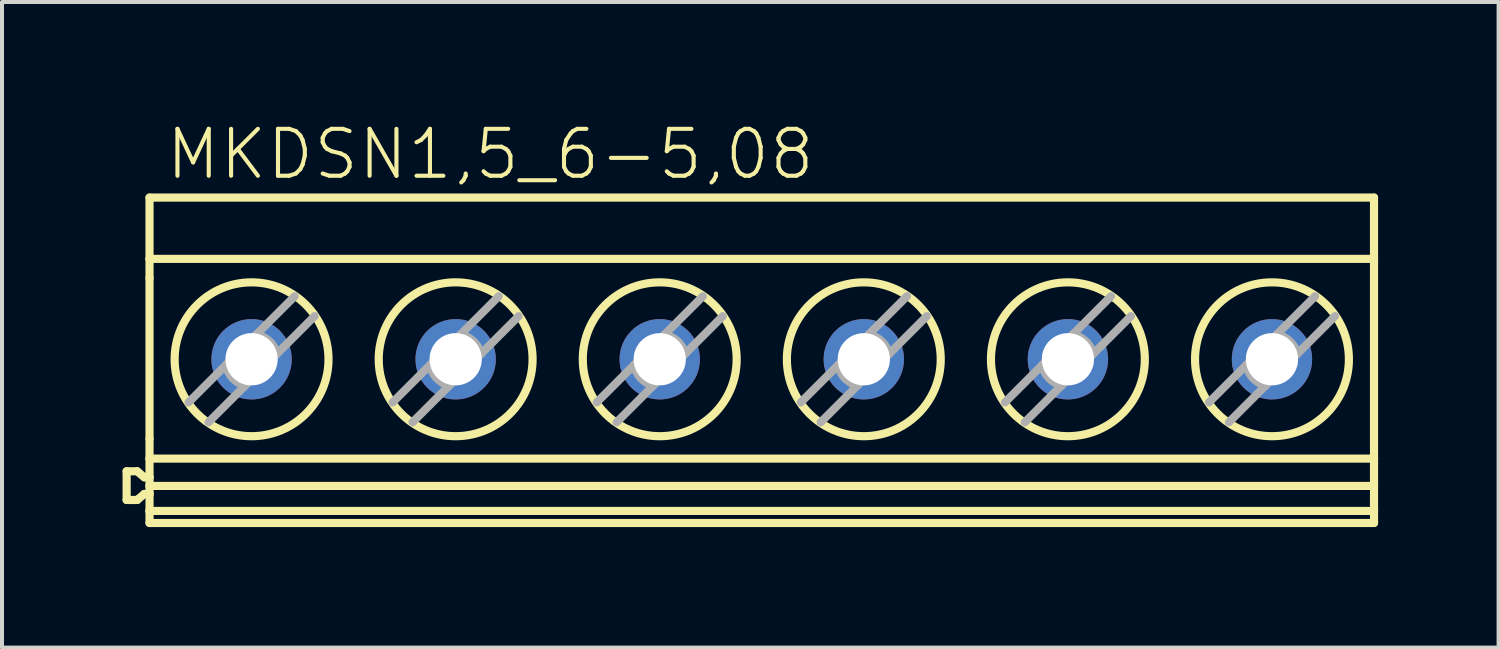
<source format=kicad_pcb>
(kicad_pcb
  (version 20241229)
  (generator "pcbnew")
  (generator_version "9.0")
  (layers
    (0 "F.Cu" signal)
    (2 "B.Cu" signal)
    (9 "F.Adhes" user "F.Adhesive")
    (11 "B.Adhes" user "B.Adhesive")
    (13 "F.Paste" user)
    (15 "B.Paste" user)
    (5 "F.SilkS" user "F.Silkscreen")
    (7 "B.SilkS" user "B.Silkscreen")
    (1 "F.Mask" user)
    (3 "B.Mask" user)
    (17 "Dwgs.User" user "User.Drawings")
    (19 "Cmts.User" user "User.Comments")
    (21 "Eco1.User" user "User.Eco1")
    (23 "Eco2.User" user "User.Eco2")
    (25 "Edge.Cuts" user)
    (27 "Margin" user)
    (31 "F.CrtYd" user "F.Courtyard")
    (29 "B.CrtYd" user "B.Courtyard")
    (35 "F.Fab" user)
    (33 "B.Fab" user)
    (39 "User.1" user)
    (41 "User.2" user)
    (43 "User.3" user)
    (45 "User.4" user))
  (footprint "MKDSN1,5_6-5,08"
    (layer "F.Cu")
    (at 15.912 5.918)
    (property "Reference" "MKDSN1,5_6-5,08" (at -14.89 -4.445 0) (layer "F.SilkS") (effects (font (size 1.168 1.168) (thickness 0.102)) (justify left bottom)))
    (fp_line (start -15.81 2.763) (end -15.81 3.477) (stroke (width 0.203) (type solid)) (layer "F.SilkS"))
    (fp_line (start -15.81 2.763) (end -15.547 2.763) (stroke (width 0.203) (type solid)) (layer "F.SilkS"))
    (fp_line (start -15.81 3.477) (end -15.547 3.477) (stroke (width 0.203) (type solid)) (layer "F.SilkS"))
    (fp_line (start -15.547 2.763) (end -15.369 2.913) (stroke (width 0.203) (type solid)) (layer "F.SilkS"))
    (fp_line (start -15.369 2.913) (end -15.24 2.913) (stroke (width 0.203) (type solid)) (layer "F.SilkS"))
    (fp_line (start -15.369 3.327) (end -15.547 3.477) (stroke (width 0.203) (type solid)) (layer "F.SilkS"))
    (fp_line (start -15.24 -4.05) (end 15.24 -4.05) (stroke (width 0.203) (type solid)) (layer "F.SilkS"))
    (fp_line (start -15.24 -2.524) (end -15.24 -4.05) (stroke (width 0.203) (type solid)) (layer "F.SilkS"))
    (fp_line (start -15.24 -2.524) (end -15.24 -2.041) (stroke (width 0.203) (type solid)) (layer "F.SilkS"))
    (fp_line (start -15.24 -2.524) (end 15.24 -2.524) (stroke (width 0.203) (type solid)) (layer "F.SilkS"))
    (fp_line (start -15.24 1.956) (end -15.24 -2.041) (stroke (width 0.203) (type solid)) (layer "F.SilkS"))
    (fp_line (start -15.24 1.956) (end -15.24 2.448) (stroke (width 0.203) (type solid)) (layer "F.SilkS"))
    (fp_line (start -15.24 2.913) (end -15.24 2.448) (stroke (width 0.203) (type solid)) (layer "F.SilkS"))
    (fp_line (start -15.24 3.128) (end -15.24 2.913) (stroke (width 0.203) (type solid)) (layer "F.SilkS"))
    (fp_line (start -15.24 3.128) (end 15.24 3.128) (stroke (width 0.203) (type solid)) (layer "F.SilkS"))
    (fp_line (start -15.24 3.327) (end -15.369 3.327) (stroke (width 0.203) (type solid)) (layer "F.SilkS"))
    (fp_line (start -15.24 3.327) (end -15.24 3.128) (stroke (width 0.203) (type solid)) (layer "F.SilkS"))
    (fp_line (start -15.24 3.75) (end -15.24 3.327) (stroke (width 0.203) (type solid)) (layer "F.SilkS"))
    (fp_line (start -15.24 3.75) (end -15.24 4.05) (stroke (width 0.203) (type solid)) (layer "F.SilkS"))
    (fp_line (start -15.24 4.05) (end 15.24 4.05) (stroke (width 0.203) (type solid)) (layer "F.SilkS"))
    (fp_line (start 15.24 -2.524) (end 15.24 -4.05) (stroke (width 0.203) (type solid)) (layer "F.SilkS"))
    (fp_line (start 15.24 -2.524) (end 15.24 -2.041) (stroke (width 0.203) (type solid)) (layer "F.SilkS"))
    (fp_line (start 15.24 1.956) (end 15.24 -2.041) (stroke (width 0.203) (type solid)) (layer "F.SilkS"))
    (fp_line (start 15.24 1.956) (end 15.24 2.448) (stroke (width 0.203) (type solid)) (layer "F.SilkS"))
    (fp_line (start 15.24 2.448) (end -15.24 2.448) (stroke (width 0.203) (type solid)) (layer "F.SilkS"))
    (fp_line (start 15.24 3.128) (end 15.24 2.448) (stroke (width 0.203) (type solid)) (layer "F.SilkS"))
    (fp_line (start 15.24 3.75) (end -15.24 3.75) (stroke (width 0.203) (type solid)) (layer "F.SilkS"))
    (fp_line (start 15.24 3.75) (end 15.24 3.128) (stroke (width 0.203) (type solid)) (layer "F.SilkS"))
    (fp_line (start 15.24 3.75) (end 15.24 4.05) (stroke (width 0.203) (type solid)) (layer "F.SilkS"))
    (fp_circle (center -12.7 -0.025) (end -10.785 -0.025) (stroke (width 0.203) (type solid)) (fill no) (layer "F.SilkS"))
    (fp_circle (center -7.62 -0.025) (end -5.705 -0.025) (stroke (width 0.203) (type solid)) (fill no) (layer "F.SilkS"))
    (fp_circle (center -2.54 -0.025) (end -0.625 -0.025) (stroke (width 0.203) (type solid)) (fill no) (layer "F.SilkS"))
    (fp_circle (center 2.54 -0.025) (end 4.455 -0.025) (stroke (width 0.203) (type solid)) (fill no) (layer "F.SilkS"))
    (fp_circle (center 7.62 -0.025) (end 9.535 -0.025) (stroke (width 0.203) (type solid)) (fill no) (layer "F.SilkS"))
    (fp_circle (center 12.7 -0.025) (end 14.615 -0.025) (stroke (width 0.203) (type solid)) (fill no) (layer "F.SilkS"))
    (fp_line (start -14.268 1.048) (end -13.339 0.119) (stroke (width 0.203) (type solid)) (layer "F.Fab"))
    (fp_line (start -13.339 0.119) (end -12.7 -0.52) (stroke (width 0.203) (type solid)) (layer "F.Fab"))
    (fp_line (start -12.86 0.63) (end -13.773 1.543) (stroke (width 0.203) (type solid)) (layer "F.Fab"))
    (fp_line (start -12.7 -0.52) (end -12.581 -0.639) (stroke (width 0.203) (type solid)) (layer "F.Fab"))
    (fp_line (start -12.7 0.47) (end -12.86 0.63) (stroke (width 0.203) (type solid)) (layer "F.Fab"))
    (fp_line (start -12.581 -0.639) (end -11.627 -1.593) (stroke (width 0.203) (type solid)) (layer "F.Fab"))
    (fp_line (start -12.07 -0.16) (end -12.7 0.47) (stroke (width 0.203) (type solid)) (layer "F.Fab"))
    (fp_line (start -11.132 -1.098) (end -12.07 -0.16) (stroke (width 0.203) (type solid)) (layer "F.Fab"))
    (fp_line (start -9.188 1.048) (end -8.259 0.119) (stroke (width 0.203) (type solid)) (layer "F.Fab"))
    (fp_line (start -8.259 0.119) (end -7.62 -0.52) (stroke (width 0.203) (type solid)) (layer "F.Fab"))
    (fp_line (start -7.78 0.63) (end -8.693 1.543) (stroke (width 0.203) (type solid)) (layer "F.Fab"))
    (fp_line (start -7.62 -0.52) (end -7.501 -0.639) (stroke (width 0.203) (type solid)) (layer "F.Fab"))
    (fp_line (start -7.62 0.47) (end -7.78 0.63) (stroke (width 0.203) (type solid)) (layer "F.Fab"))
    (fp_line (start -7.501 -0.639) (end -6.547 -1.593) (stroke (width 0.203) (type solid)) (layer "F.Fab"))
    (fp_line (start -6.99 -0.16) (end -7.62 0.47) (stroke (width 0.203) (type solid)) (layer "F.Fab"))
    (fp_line (start -6.052 -1.098) (end -6.99 -0.16) (stroke (width 0.203) (type solid)) (layer "F.Fab"))
    (fp_line (start -4.108 1.048) (end -3.179 0.119) (stroke (width 0.203) (type solid)) (layer "F.Fab"))
    (fp_line (start -3.179 0.119) (end -2.54 -0.52) (stroke (width 0.203) (type solid)) (layer "F.Fab"))
    (fp_line (start -2.7 0.63) (end -3.613 1.543) (stroke (width 0.203) (type solid)) (layer "F.Fab"))
    (fp_line (start -2.54 -0.52) (end -2.421 -0.639) (stroke (width 0.203) (type solid)) (layer "F.Fab"))
    (fp_line (start -2.54 0.47) (end -2.7 0.63) (stroke (width 0.203) (type solid)) (layer "F.Fab"))
    (fp_line (start -2.421 -0.639) (end -1.467 -1.593) (stroke (width 0.203) (type solid)) (layer "F.Fab"))
    (fp_line (start -1.91 -0.16) (end -2.54 0.47) (stroke (width 0.203) (type solid)) (layer "F.Fab"))
    (fp_line (start -0.972 -1.098) (end -1.91 -0.16) (stroke (width 0.203) (type solid)) (layer "F.Fab"))
    (fp_line (start 0.972 1.048) (end 1.901 0.119) (stroke (width 0.203) (type solid)) (layer "F.Fab"))
    (fp_line (start 1.901 0.119) (end 2.54 -0.52) (stroke (width 0.203) (type solid)) (layer "F.Fab"))
    (fp_line (start 2.38 0.63) (end 1.467 1.543) (stroke (width 0.203) (type solid)) (layer "F.Fab"))
    (fp_line (start 2.54 -0.52) (end 2.659 -0.639) (stroke (width 0.203) (type solid)) (layer "F.Fab"))
    (fp_line (start 2.54 0.47) (end 2.38 0.63) (stroke (width 0.203) (type solid)) (layer "F.Fab"))
    (fp_line (start 2.659 -0.639) (end 3.613 -1.593) (stroke (width 0.203) (type solid)) (layer "F.Fab"))
    (fp_line (start 3.17 -0.16) (end 2.54 0.47) (stroke (width 0.203) (type solid)) (layer "F.Fab"))
    (fp_line (start 4.108 -1.098) (end 3.17 -0.16) (stroke (width 0.203) (type solid)) (layer "F.Fab"))
    (fp_line (start 6.052 1.048) (end 6.981 0.119) (stroke (width 0.203) (type solid)) (layer "F.Fab"))
    (fp_line (start 6.981 0.119) (end 7.62 -0.52) (stroke (width 0.203) (type solid)) (layer "F.Fab"))
    (fp_line (start 7.46 0.63) (end 6.547 1.543) (stroke (width 0.203) (type solid)) (layer "F.Fab"))
    (fp_line (start 7.62 -0.52) (end 7.739 -0.639) (stroke (width 0.203) (type solid)) (layer "F.Fab"))
    (fp_line (start 7.62 0.47) (end 7.46 0.63) (stroke (width 0.203) (type solid)) (layer "F.Fab"))
    (fp_line (start 7.739 -0.639) (end 8.693 -1.593) (stroke (width 0.203) (type solid)) (layer "F.Fab"))
    (fp_line (start 8.25 -0.16) (end 7.62 0.47) (stroke (width 0.203) (type solid)) (layer "F.Fab"))
    (fp_line (start 9.188 -1.098) (end 8.25 -0.16) (stroke (width 0.203) (type solid)) (layer "F.Fab"))
    (fp_line (start 11.132 1.048) (end 12.061 0.119) (stroke (width 0.203) (type solid)) (layer "F.Fab"))
    (fp_line (start 12.061 0.119) (end 12.7 -0.52) (stroke (width 0.203) (type solid)) (layer "F.Fab"))
    (fp_line (start 12.54 0.63) (end 11.627 1.543) (stroke (width 0.203) (type solid)) (layer "F.Fab"))
    (fp_line (start 12.7 -0.52) (end 12.819 -0.639) (stroke (width 0.203) (type solid)) (layer "F.Fab"))
    (fp_line (start 12.7 0.47) (end 12.54 0.63) (stroke (width 0.203) (type solid)) (layer "F.Fab"))
    (fp_line (start 12.819 -0.639) (end 13.773 -1.593) (stroke (width 0.203) (type solid)) (layer "F.Fab"))
    (fp_line (start 13.33 -0.16) (end 12.7 0.47) (stroke (width 0.203) (type solid)) (layer "F.Fab"))
    (fp_line (start 14.268 -1.098) (end 13.33 -0.16) (stroke (width 0.203) (type solid)) (layer "F.Fab"))
    (fp_arc (start -12.859999 0.63) (mid -13.174215 0.444537) (end -13.339 0.119) (stroke (width 0.2032) (type solid)) (layer "F.Fab"))
    (fp_arc (start -12.581 -0.639) (mid -12.255463 -0.474216) (end -12.07 -0.16) (stroke (width 0.2032) (type solid)) (layer "F.Fab"))
    (fp_arc (start -7.779999 0.63) (mid -8.094215 0.444537) (end -8.259 0.119) (stroke (width 0.2032) (type solid)) (layer "F.Fab"))
    (fp_arc (start -7.501 -0.639) (mid -7.175463 -0.474216) (end -6.99 -0.16) (stroke (width 0.2032) (type solid)) (layer "F.Fab"))
    (fp_arc (start -2.699999 0.63) (mid -3.014215 0.444537) (end -3.179 0.119) (stroke (width 0.2032) (type solid)) (layer "F.Fab"))
    (fp_arc (start -2.421 -0.639) (mid -2.095463 -0.474216) (end -1.91 -0.16) (stroke (width 0.2032) (type solid)) (layer "F.Fab"))
    (fp_arc (start 2.38 0.629999) (mid 2.065784 0.444536) (end 1.901 0.119) (stroke (width 0.2032) (type solid)) (layer "F.Fab"))
    (fp_arc (start 2.659 -0.639001) (mid 2.984537 -0.474216) (end 3.17 -0.16) (stroke (width 0.2032) (type solid)) (layer "F.Fab"))
    (fp_arc (start 7.46 0.629999) (mid 7.145784 0.444536) (end 6.981 0.119) (stroke (width 0.2032) (type solid)) (layer "F.Fab"))
    (fp_arc (start 7.739 -0.639001) (mid 8.064537 -0.474216) (end 8.25 -0.16) (stroke (width 0.2032) (type solid)) (layer "F.Fab"))
    (fp_arc (start 12.54 0.629999) (mid 12.225784 0.444536) (end 12.061 0.119) (stroke (width 0.2032) (type solid)) (layer "F.Fab"))
    (fp_arc (start 12.819 -0.639001) (mid 13.144537 -0.474216) (end 13.33 -0.16) (stroke (width 0.2032) (type solid)) (layer "F.Fab"))
    (pad "1" thru_hole circle (at -12.7 -0.025) (size 2 2) (drill 1.3) (layers "*.Cu" "*.Mask"))
    (pad "2" thru_hole circle (at -7.62 -0.025) (size 2 2) (drill 1.3) (layers "*.Cu" "*.Mask"))
    (pad "3" thru_hole circle (at -2.54 -0.025) (size 2 2) (drill 1.3) (layers "*.Cu" "*.Mask"))
    (pad "4" thru_hole circle (at 2.54 -0.025) (size 2 2) (drill 1.3) (layers "*.Cu" "*.Mask"))
    (pad "5" thru_hole circle (at 7.62 -0.025) (size 2 2) (drill 1.3) (layers "*.Cu" "*.Mask"))
    (pad "6" thru_hole circle (at 12.7 -0.025) (size 2 2) (drill 1.3) (layers "*.Cu" "*.Mask")))
  (gr_rect
    (start -3 -3)
    (end 34.253 13.07)
    (stroke (width 0.1) (type default))
    (fill no)
    (layer "Edge.Cuts")))
</source>
